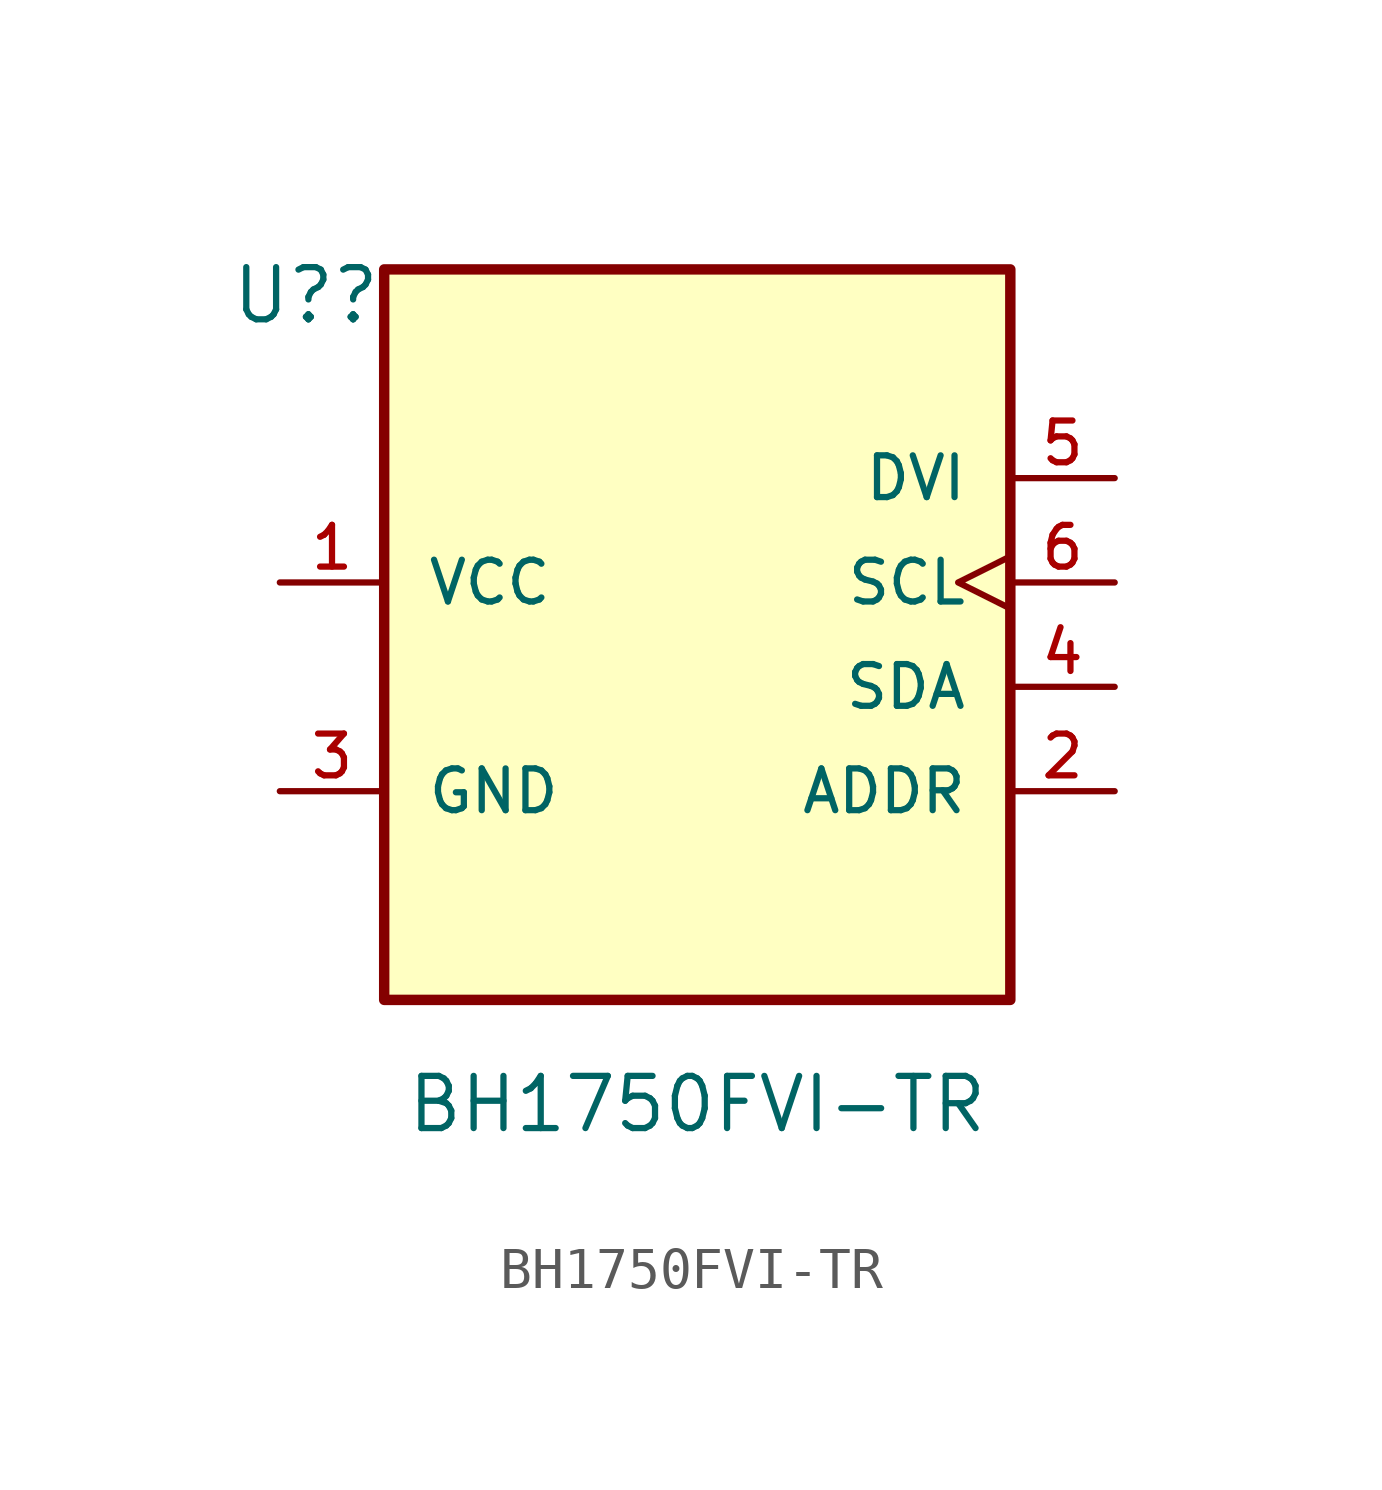
<source format=kicad_sym>
(kicad_symbol_lib
  (version 20211014)
  (generator kicad_symbol_editor)
  (symbol "BH1750FVI-TR"
    (pin_names
      (offset 1.016))
    (property "Reference" "U?"
      (at -6.985 9.525 0)
      (effects (font (size 1.27 1.27))))
    (property "Value" "BH1750FVI-TR"
      (at 2.54 -10.16 0)
      (effects (font (size 1.27 1.27))))
    (property "ki_locked" ""
      (at 0 0 0)
      (effects (font (size 1.27 1.27))))
    (symbol "BH1750FVI-TR_0_0"
      (rectangle (start -5.08 10.16) (end 10.16 -7.62) (stroke (width 0.254) (type default) (color 0 0 0 0)) (fill (type background)))
      (pin power_in line (at -7.62 2.54 0) (length 2.54) (name "VCC" (effects (font (size 1.016 1.016)))) (number "1" (effects (font (size 1.016 1.016)))))
      (pin input line (at 12.7 -2.54 180) (length 2.54) (name "ADDR" (effects (font (size 1.016 1.016)))) (number "2" (effects (font (size 1.016 1.016)))))
      (pin power_in line (at -7.62 -2.54 0) (length 2.54) (name "GND" (effects (font (size 1.016 1.016)))) (number "3" (effects (font (size 1.016 1.016)))))
      (pin bidirectional line (at 12.7 0 180) (length 2.54) (name "SDA" (effects (font (size 1.016 1.016)))) (number "4" (effects (font (size 1.016 1.016)))))
      (pin input line (at 12.7 5.08 180) (length 2.54) (name "DVI" (effects (font (size 1.016 1.016)))) (number "5" (effects (font (size 1.016 1.016)))))
      (pin input clock (at 12.7 2.54 180) (length 2.54) (name "SCL" (effects (font (size 1.016 1.016)))) (number "6" (effects (font (size 1.016 1.016))))))))
</source>
